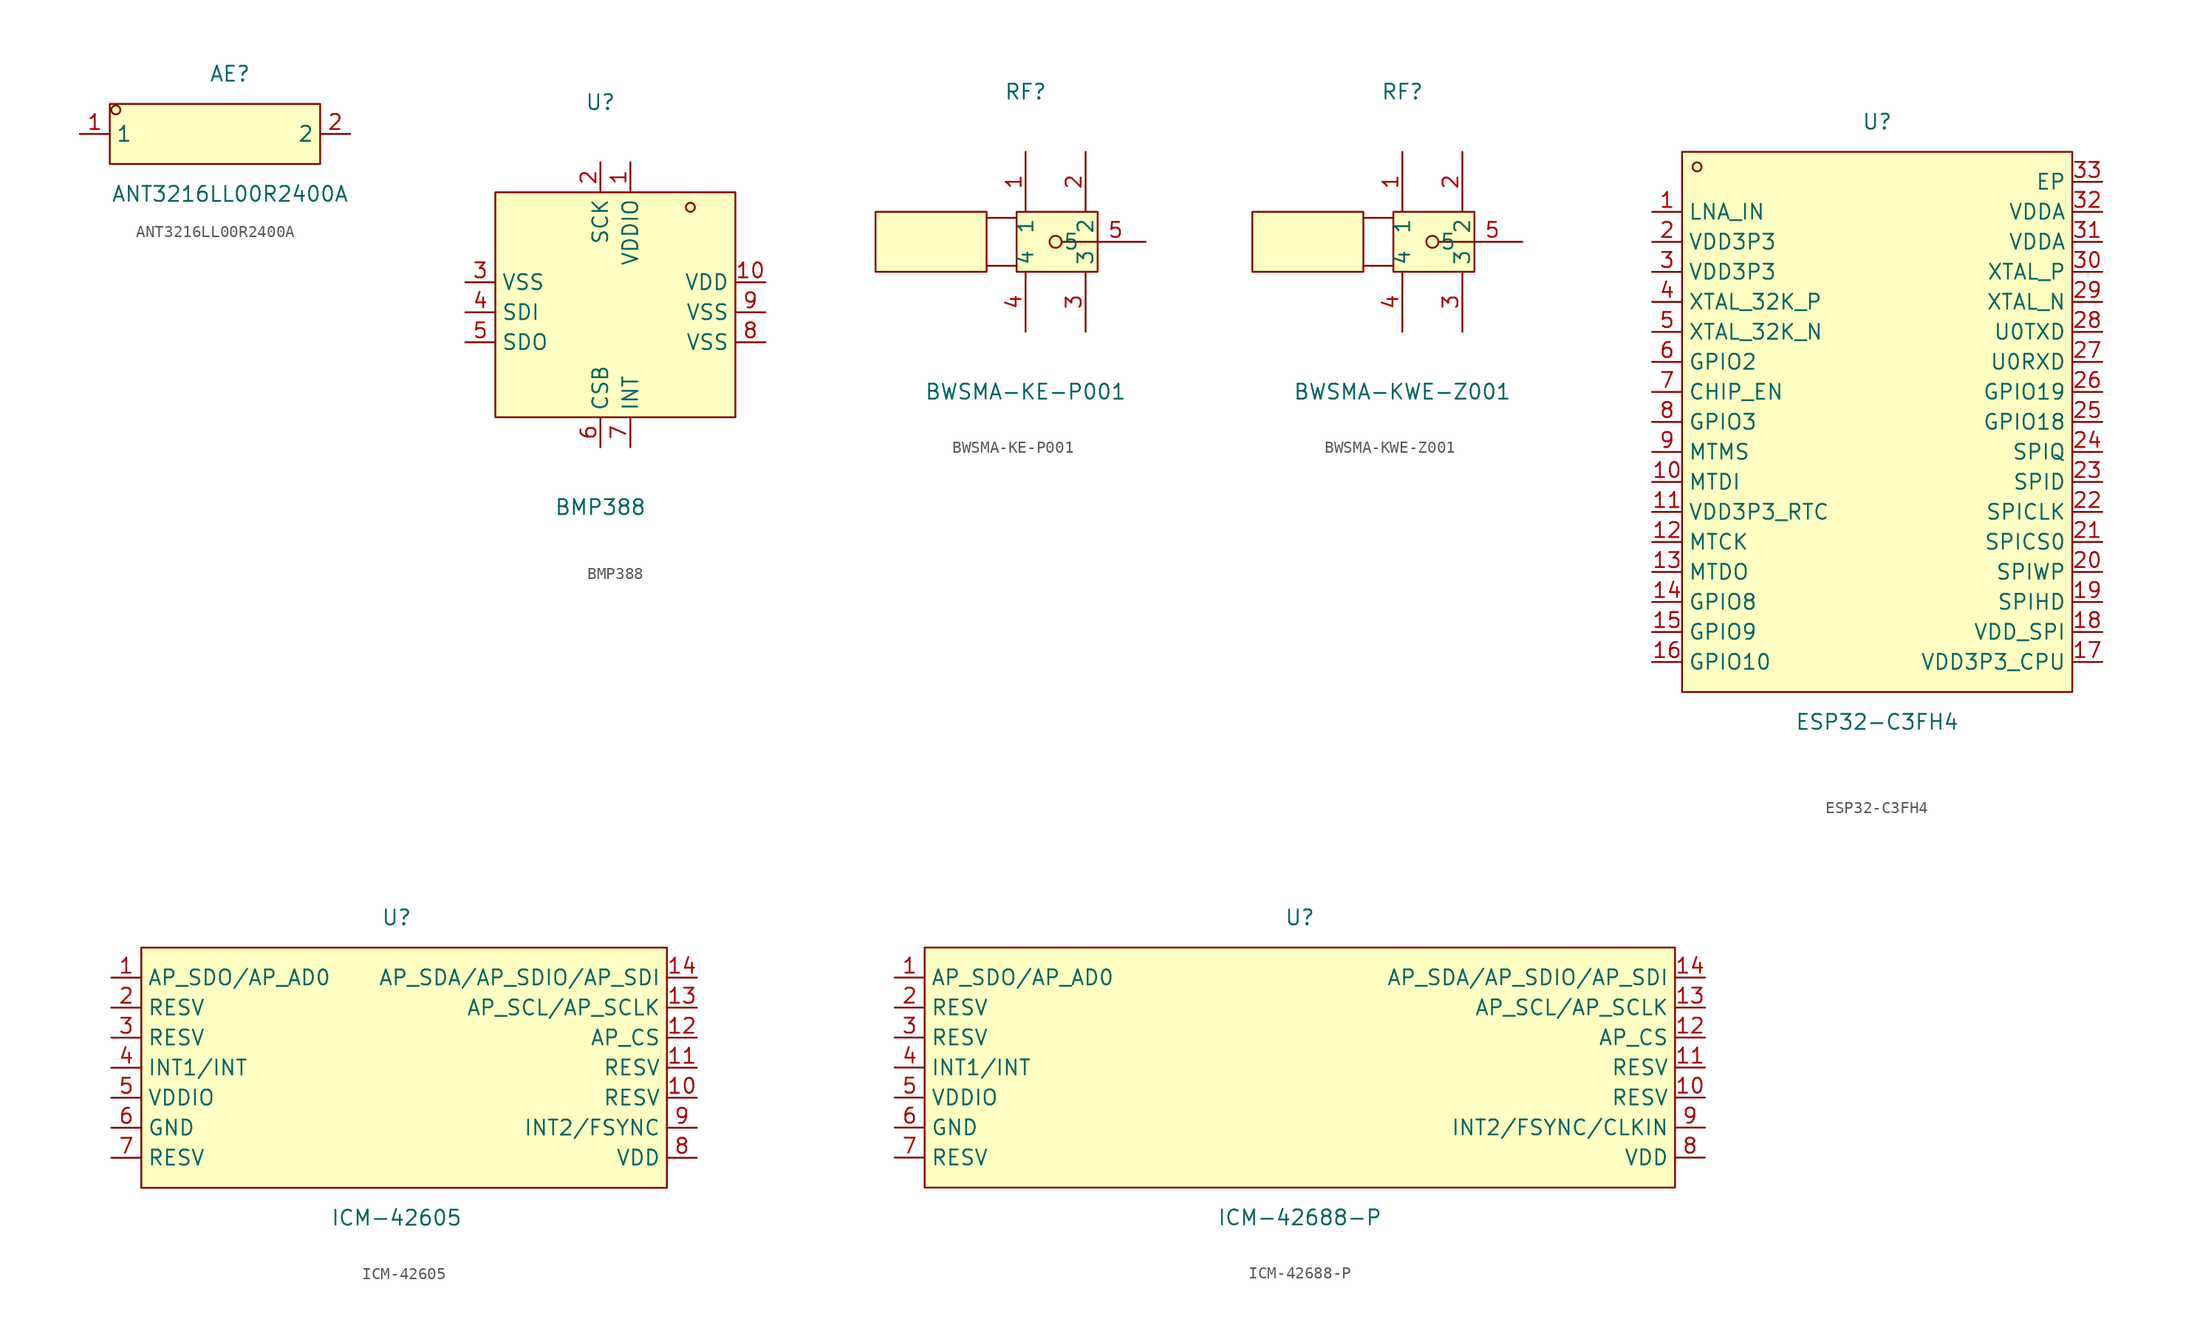
<source format=kicad_sym>
(kicad_symbol_lib
  (version 20241209)
  (generator "kicad_symbol_editor")
  (generator_version "9.0")
  (symbol "ANT3216LL00R2400A"
    (property "Reference" "AE"
      (at 0 5.08 0)
      (effects (font (size 1.27 1.27))))
    (property "Value" "ANT3216LL00R2400A"
      (at 0 -5.08 0)
      (effects (font (size 1.27 1.27))))
    (symbol "ANT3216LL00R2400A_0_1"
      (rectangle (start -10.16 2.54) (end 7.62 -2.54) (stroke (width 0) (type default)) (fill (type background)))
      (circle (center -9.65 2.03) (radius 0.38) (stroke (width 0) (type default)) (fill (type none)))
      (pin unspecified line (at -12.7 0 0) (length 2.54) (name "1" (effects (font (size 1.27 1.27)))) (number "1" (effects (font (size 1.27 1.27)))))
      (pin unspecified line (at 10.16 0 180) (length 2.54) (name "2" (effects (font (size 1.27 1.27)))) (number "2" (effects (font (size 1.27 1.27)))))))
  (symbol "BMP388"
    (property "Reference" "U"
      (at 0 16.51 0)
      (effects (font (size 1.27 1.27))))
    (property "Value" "BMP388"
      (at 0 -17.78 0)
      (effects (font (size 1.27 1.27))))
    (symbol "BMP388_0_1"
      (rectangle (start -8.89 8.89) (end 11.43 -10.16) (stroke (width 0) (type default) (color 0 0 0 0)) (fill (type background)))
      (circle (center 7.62 7.62) (radius 0.38) (stroke (width 0) (type default) (color 0 0 0 0)) (fill (type none)))
      (pin unspecified line (at 2.54 11.43 270) (length 2.54) (name "VDDIO" (effects (font (size 1.27 1.27)))) (number "1" (effects (font (size 1.27 1.27)))))
      (pin unspecified line (at 0.00 11.43 270) (length 2.54) (name "SCK" (effects (font (size 1.27 1.27)))) (number "2" (effects (font (size 1.27 1.27)))))
      (pin unspecified line (at -11.43 1.27 0) (length 2.54) (name "VSS" (effects (font (size 1.27 1.27)))) (number "3" (effects (font (size 1.27 1.27)))))
      (pin unspecified line (at -11.43 -1.27 0) (length 2.54) (name "SDI" (effects (font (size 1.27 1.27)))) (number "4" (effects (font (size 1.27 1.27)))))
      (pin unspecified line (at -11.43 -3.81 0) (length 2.54) (name "SDO" (effects (font (size 1.27 1.27)))) (number "5" (effects (font (size 1.27 1.27)))))
      (pin unspecified line (at 0.00 -12.70 90) (length 2.54) (name "CSB" (effects (font (size 1.27 1.27)))) (number "6" (effects (font (size 1.27 1.27)))))
      (pin unspecified line (at 2.54 -12.70 90) (length 2.54) (name "INT" (effects (font (size 1.27 1.27)))) (number "7" (effects (font (size 1.27 1.27)))))
      (pin unspecified line (at 13.97 -3.81 180) (length 2.54) (name "VSS" (effects (font (size 1.27 1.27)))) (number "8" (effects (font (size 1.27 1.27)))))
      (pin unspecified line (at 13.97 -1.27 180) (length 2.54) (name "VSS" (effects (font (size 1.27 1.27)))) (number "9" (effects (font (size 1.27 1.27)))))
      (pin unspecified line (at 13.97 1.27 180) (length 2.54) (name "VDD" (effects (font (size 1.27 1.27)))) (number "10" (effects (font (size 1.27 1.27)))))))
  (symbol "BWSMA-KE-P001"
    (property "Reference" "RF"
      (at 0 12.7 0)
      (effects (font (size 1.27 1.27))))
    (property "Value" "BWSMA-KE-P001"
      (at 0 -12.7 0)
      (effects (font (size 1.27 1.27))))
    (symbol "BWSMA-KE-P001_0_1"
      (rectangle (start -12.7 2.54) (end -3.3 -2.54) (stroke (width 0) (type default)) (fill (type background)))
      (polyline (pts (xy -3.3 2.03) (xy -0.76 2.03)) (stroke (width 0) (type default)) (fill (type none)))
      (polyline (pts (xy -3.3 -2.03) (xy -0.76 -2.03)) (stroke (width 0) (type default)) (fill (type none)))
      (rectangle (start -0.76 2.54) (end 6.1 -2.54) (stroke (width 0) (type default)) (fill (type background)))
      (circle (center 2.54 0) (radius 0.51) (stroke (width 0) (type default)) (fill (type none)))
      (polyline (pts (xy 3.05 0) (xy 5.08 0)) (stroke (width 0) (type default)) (fill (type none)))
      (pin unspecified line (at 0 7.62 270) (length 5.08) (name "1" (effects (font (size 1.27 1.27)))) (number "1" (effects (font (size 1.27 1.27)))))
      (pin unspecified line (at 0 -7.62 90) (length 5.08) (name "4" (effects (font (size 1.27 1.27)))) (number "4" (effects (font (size 1.27 1.27)))))
      (pin unspecified line (at 5.08 7.62 270) (length 5.08) (name "2" (effects (font (size 1.27 1.27)))) (number "2" (effects (font (size 1.27 1.27)))))
      (pin unspecified line (at 5.08 -7.62 90) (length 5.08) (name "3" (effects (font (size 1.27 1.27)))) (number "3" (effects (font (size 1.27 1.27)))))
      (pin unspecified line (at 10.16 0 180) (length 5.08) (name "5" (effects (font (size 1.27 1.27)))) (number "5" (effects (font (size 1.27 1.27)))))))
  (symbol "BWSMA-KWE-Z001"
    (property "Reference" "RF"
      (at 0 12.7 0)
      (effects (font (size 1.27 1.27))))
    (property "Value" "BWSMA-KWE-Z001"
      (at 0 -12.7 0)
      (effects (font (size 1.27 1.27))))
    (symbol "BWSMA-KWE-Z001_0_1"
      (rectangle (start -12.7 2.54) (end -3.3 -2.54) (stroke (width 0) (type default)) (fill (type background)))
      (polyline (pts (xy -3.3 2.03) (xy -0.76 2.03)) (stroke (width 0) (type default)) (fill (type none)))
      (polyline (pts (xy -3.3 -2.03) (xy -0.76 -2.03)) (stroke (width 0) (type default)) (fill (type none)))
      (rectangle (start -0.76 2.54) (end 6.1 -2.54) (stroke (width 0) (type default)) (fill (type background)))
      (circle (center 2.54 0) (radius 0.51) (stroke (width 0) (type default)) (fill (type none)))
      (polyline (pts (xy 3.05 0) (xy 5.08 0)) (stroke (width 0) (type default)) (fill (type none)))
      (pin unspecified line (at 0 7.62 270) (length 5.08) (name "1" (effects (font (size 1.27 1.27)))) (number "1" (effects (font (size 1.27 1.27)))))
      (pin unspecified line (at 0 -7.62 90) (length 5.08) (name "4" (effects (font (size 1.27 1.27)))) (number "4" (effects (font (size 1.27 1.27)))))
      (pin unspecified line (at 5.08 7.62 270) (length 5.08) (name "2" (effects (font (size 1.27 1.27)))) (number "2" (effects (font (size 1.27 1.27)))))
      (pin unspecified line (at 5.08 -7.62 90) (length 5.08) (name "3" (effects (font (size 1.27 1.27)))) (number "3" (effects (font (size 1.27 1.27)))))
      (pin unspecified line (at 10.16 0 180) (length 5.08) (name "5" (effects (font (size 1.27 1.27)))) (number "5" (effects (font (size 1.27 1.27)))))))
  (symbol "ESP32-C3FH4"
    (property "Reference" "U"
      (at 0 25.4 0)
      (effects (font (size 1.27 1.27))))
    (property "Value" "ESP32-C3FH4"
      (at 0 -25.4 0)
      (effects (font (size 1.27 1.27))))
    (symbol "ESP32-C3FH4_0_1"
      (rectangle (start -16.51 22.86) (end 16.51 -22.86) (stroke (width 0) (type default)) (fill (type background)))
      (circle (center -15.24 21.59) (radius 0.38) (stroke (width 0) (type default)) (fill (type none)))
      (pin unspecified line (at -19.05 17.78 0) (length 2.54) (name "LNA_IN" (effects (font (size 1.27 1.27)))) (number "1" (effects (font (size 1.27 1.27)))))
      (pin unspecified line (at -19.05 15.24 0) (length 2.54) (name "VDD3P3" (effects (font (size 1.27 1.27)))) (number "2" (effects (font (size 1.27 1.27)))))
      (pin unspecified line (at -19.05 12.7 0) (length 2.54) (name "VDD3P3" (effects (font (size 1.27 1.27)))) (number "3" (effects (font (size 1.27 1.27)))))
      (pin unspecified line (at -19.05 10.16 0) (length 2.54) (name "XTAL_32K_P" (effects (font (size 1.27 1.27)))) (number "4" (effects (font (size 1.27 1.27)))))
      (pin unspecified line (at -19.05 7.62 0) (length 2.54) (name "XTAL_32K_N" (effects (font (size 1.27 1.27)))) (number "5" (effects (font (size 1.27 1.27)))))
      (pin unspecified line (at -19.05 5.08 0) (length 2.54) (name "GPIO2" (effects (font (size 1.27 1.27)))) (number "6" (effects (font (size 1.27 1.27)))))
      (pin unspecified line (at -19.05 2.54 0) (length 2.54) (name "CHIP_EN" (effects (font (size 1.27 1.27)))) (number "7" (effects (font (size 1.27 1.27)))))
      (pin unspecified line (at -19.05 0 0) (length 2.54) (name "GPIO3" (effects (font (size 1.27 1.27)))) (number "8" (effects (font (size 1.27 1.27)))))
      (pin unspecified line (at -19.05 -2.54 0) (length 2.54) (name "MTMS" (effects (font (size 1.27 1.27)))) (number "9" (effects (font (size 1.27 1.27)))))
      (pin unspecified line (at -19.05 -5.08 0) (length 2.54) (name "MTDI" (effects (font (size 1.27 1.27)))) (number "10" (effects (font (size 1.27 1.27)))))
      (pin unspecified line (at -19.05 -7.62 0) (length 2.54) (name "VDD3P3_RTC" (effects (font (size 1.27 1.27)))) (number "11" (effects (font (size 1.27 1.27)))))
      (pin unspecified line (at -19.05 -10.16 0) (length 2.54) (name "MTCK" (effects (font (size 1.27 1.27)))) (number "12" (effects (font (size 1.27 1.27)))))
      (pin unspecified line (at -19.05 -12.7 0) (length 2.54) (name "MTDO" (effects (font (size 1.27 1.27)))) (number "13" (effects (font (size 1.27 1.27)))))
      (pin unspecified line (at -19.05 -15.24 0) (length 2.54) (name "GPIO8" (effects (font (size 1.27 1.27)))) (number "14" (effects (font (size 1.27 1.27)))))
      (pin unspecified line (at -19.05 -17.78 0) (length 2.54) (name "GPIO9" (effects (font (size 1.27 1.27)))) (number "15" (effects (font (size 1.27 1.27)))))
      (pin unspecified line (at -19.05 -20.32 0) (length 2.54) (name "GPIO10" (effects (font (size 1.27 1.27)))) (number "16" (effects (font (size 1.27 1.27)))))
      (pin unspecified line (at 19.05 20.32 180) (length 2.54) (name "EP" (effects (font (size 1.27 1.27)))) (number "33" (effects (font (size 1.27 1.27)))))
      (pin unspecified line (at 19.05 17.78 180) (length 2.54) (name "VDDA" (effects (font (size 1.27 1.27)))) (number "32" (effects (font (size 1.27 1.27)))))
      (pin unspecified line (at 19.05 15.24 180) (length 2.54) (name "VDDA" (effects (font (size 1.27 1.27)))) (number "31" (effects (font (size 1.27 1.27)))))
      (pin unspecified line (at 19.05 12.7 180) (length 2.54) (name "XTAL_P" (effects (font (size 1.27 1.27)))) (number "30" (effects (font (size 1.27 1.27)))))
      (pin unspecified line (at 19.05 10.16 180) (length 2.54) (name "XTAL_N" (effects (font (size 1.27 1.27)))) (number "29" (effects (font (size 1.27 1.27)))))
      (pin unspecified line (at 19.05 7.62 180) (length 2.54) (name "U0TXD" (effects (font (size 1.27 1.27)))) (number "28" (effects (font (size 1.27 1.27)))))
      (pin unspecified line (at 19.05 5.08 180) (length 2.54) (name "U0RXD" (effects (font (size 1.27 1.27)))) (number "27" (effects (font (size 1.27 1.27)))))
      (pin unspecified line (at 19.05 2.54 180) (length 2.54) (name "GPIO19" (effects (font (size 1.27 1.27)))) (number "26" (effects (font (size 1.27 1.27)))))
      (pin unspecified line (at 19.05 0 180) (length 2.54) (name "GPIO18" (effects (font (size 1.27 1.27)))) (number "25" (effects (font (size 1.27 1.27)))))
      (pin unspecified line (at 19.05 -2.54 180) (length 2.54) (name "SPIQ" (effects (font (size 1.27 1.27)))) (number "24" (effects (font (size 1.27 1.27)))))
      (pin unspecified line (at 19.05 -5.08 180) (length 2.54) (name "SPID" (effects (font (size 1.27 1.27)))) (number "23" (effects (font (size 1.27 1.27)))))
      (pin unspecified line (at 19.05 -7.62 180) (length 2.54) (name "SPICLK" (effects (font (size 1.27 1.27)))) (number "22" (effects (font (size 1.27 1.27)))))
      (pin unspecified line (at 19.05 -10.16 180) (length 2.54) (name "SPICS0" (effects (font (size 1.27 1.27)))) (number "21" (effects (font (size 1.27 1.27)))))
      (pin unspecified line (at 19.05 -12.7 180) (length 2.54) (name "SPIWP" (effects (font (size 1.27 1.27)))) (number "20" (effects (font (size 1.27 1.27)))))
      (pin unspecified line (at 19.05 -15.24 180) (length 2.54) (name "SPIHD" (effects (font (size 1.27 1.27)))) (number "19" (effects (font (size 1.27 1.27)))))
      (pin unspecified line (at 19.05 -17.78 180) (length 2.54) (name "VDD_SPI" (effects (font (size 1.27 1.27)))) (number "18" (effects (font (size 1.27 1.27)))))
      (pin unspecified line (at 19.05 -20.32 180) (length 2.54) (name "VDD3P3_CPU" (effects (font (size 1.27 1.27)))) (number "17" (effects (font (size 1.27 1.27)))))))
  (symbol "ICM-42605"
    (property "Reference" "U"
      (at 0 12.7 0)
      (effects (font (size 1.27 1.27))))
    (property "Value" "ICM-42605"
      (at 0 -12.7 0)
      (effects (font (size 1.27 1.27))))
    (symbol "ICM-42605_0_1"
      (rectangle (start -21.59 10.16) (end 22.86 -10.16) (stroke (width 0) (type default)) (fill (type background)))
      (pin unspecified line (at -24.13 7.62 0) (length 2.54) (name "AP_SDO/AP_AD0" (effects (font (size 1.27 1.27)))) (number "1" (effects (font (size 1.27 1.27)))))
      (pin unspecified line (at -24.13 5.08 0) (length 2.54) (name "RESV" (effects (font (size 1.27 1.27)))) (number "2" (effects (font (size 1.27 1.27)))))
      (pin unspecified line (at -24.13 2.54 0) (length 2.54) (name "RESV" (effects (font (size 1.27 1.27)))) (number "3" (effects (font (size 1.27 1.27)))))
      (pin unspecified line (at -24.13 0 0) (length 2.54) (name "INT1/INT" (effects (font (size 1.27 1.27)))) (number "4" (effects (font (size 1.27 1.27)))))
      (pin unspecified line (at -24.13 -2.54 0) (length 2.54) (name "VDDIO" (effects (font (size 1.27 1.27)))) (number "5" (effects (font (size 1.27 1.27)))))
      (pin unspecified line (at -24.13 -5.08 0) (length 2.54) (name "GND" (effects (font (size 1.27 1.27)))) (number "6" (effects (font (size 1.27 1.27)))))
      (pin unspecified line (at -24.13 -7.62 0) (length 2.54) (name "RESV" (effects (font (size 1.27 1.27)))) (number "7" (effects (font (size 1.27 1.27)))))
      (pin unspecified line (at 25.4 7.62 180) (length 2.54) (name "AP_SDA/AP_SDIO/AP_SDI" (effects (font (size 1.27 1.27)))) (number "14" (effects (font (size 1.27 1.27)))))
      (pin unspecified line (at 25.4 5.08 180) (length 2.54) (name "AP_SCL/AP_SCLK" (effects (font (size 1.27 1.27)))) (number "13" (effects (font (size 1.27 1.27)))))
      (pin unspecified line (at 25.4 2.54 180) (length 2.54) (name "AP_CS" (effects (font (size 1.27 1.27)))) (number "12" (effects (font (size 1.27 1.27)))))
      (pin unspecified line (at 25.4 0 180) (length 2.54) (name "RESV" (effects (font (size 1.27 1.27)))) (number "11" (effects (font (size 1.27 1.27)))))
      (pin unspecified line (at 25.4 -2.54 180) (length 2.54) (name "RESV" (effects (font (size 1.27 1.27)))) (number "10" (effects (font (size 1.27 1.27)))))
      (pin unspecified line (at 25.4 -5.08 180) (length 2.54) (name "INT2/FSYNC" (effects (font (size 1.27 1.27)))) (number "9" (effects (font (size 1.27 1.27)))))
      (pin unspecified line (at 25.4 -7.62 180) (length 2.54) (name "VDD" (effects (font (size 1.27 1.27)))) (number "8" (effects (font (size 1.27 1.27)))))))
  (symbol "ICM-42688-P"
    (property "Reference" "U"
      (at 0 12.7 0)
      (effects (font (size 1.27 1.27))))
    (property "Value" "ICM-42688-P"
      (at 0 -12.7 0)
      (effects (font (size 1.27 1.27))))
    (symbol "ICM-42688-P_0_1"
      (rectangle (start -31.75 10.16) (end 31.75 -10.16) (stroke (width 0) (type default)) (fill (type background)))
      (pin unspecified line (at -34.29 7.62 0) (length 2.54) (name "AP_SDO/AP_AD0" (effects (font (size 1.27 1.27)))) (number "1" (effects (font (size 1.27 1.27)))))
      (pin unspecified line (at -34.29 5.08 0) (length 2.54) (name "RESV" (effects (font (size 1.27 1.27)))) (number "2" (effects (font (size 1.27 1.27)))))
      (pin unspecified line (at -34.29 2.54 0) (length 2.54) (name "RESV" (effects (font (size 1.27 1.27)))) (number "3" (effects (font (size 1.27 1.27)))))
      (pin unspecified line (at -34.29 0 0) (length 2.54) (name "INT1/INT" (effects (font (size 1.27 1.27)))) (number "4" (effects (font (size 1.27 1.27)))))
      (pin unspecified line (at -34.29 -2.54 0) (length 2.54) (name "VDDIO" (effects (font (size 1.27 1.27)))) (number "5" (effects (font (size 1.27 1.27)))))
      (pin unspecified line (at -34.29 -5.08 0) (length 2.54) (name "GND" (effects (font (size 1.27 1.27)))) (number "6" (effects (font (size 1.27 1.27)))))
      (pin unspecified line (at -34.29 -7.62 0) (length 2.54) (name "RESV" (effects (font (size 1.27 1.27)))) (number "7" (effects (font (size 1.27 1.27)))))
      (pin unspecified line (at 34.29 7.62 180) (length 2.54) (name "AP_SDA/AP_SDIO/AP_SDI" (effects (font (size 1.27 1.27)))) (number "14" (effects (font (size 1.27 1.27)))))
      (pin unspecified line (at 34.29 5.08 180) (length 2.54) (name "AP_SCL/AP_SCLK" (effects (font (size 1.27 1.27)))) (number "13" (effects (font (size 1.27 1.27)))))
      (pin unspecified line (at 34.29 2.54 180) (length 2.54) (name "AP_CS" (effects (font (size 1.27 1.27)))) (number "12" (effects (font (size 1.27 1.27)))))
      (pin unspecified line (at 34.29 0 180) (length 2.54) (name "RESV" (effects (font (size 1.27 1.27)))) (number "11" (effects (font (size 1.27 1.27)))))
      (pin unspecified line (at 34.29 -2.54 180) (length 2.54) (name "RESV" (effects (font (size 1.27 1.27)))) (number "10" (effects (font (size 1.27 1.27)))))
      (pin unspecified line (at 34.29 -5.08 180) (length 2.54) (name "INT2/FSYNC/CLKIN" (effects (font (size 1.27 1.27)))) (number "9" (effects (font (size 1.27 1.27)))))
      (pin unspecified line (at 34.29 -7.62 180) (length 2.54) (name "VDD" (effects (font (size 1.27 1.27)))) (number "8" (effects (font (size 1.27 1.27))))))))
</source>
